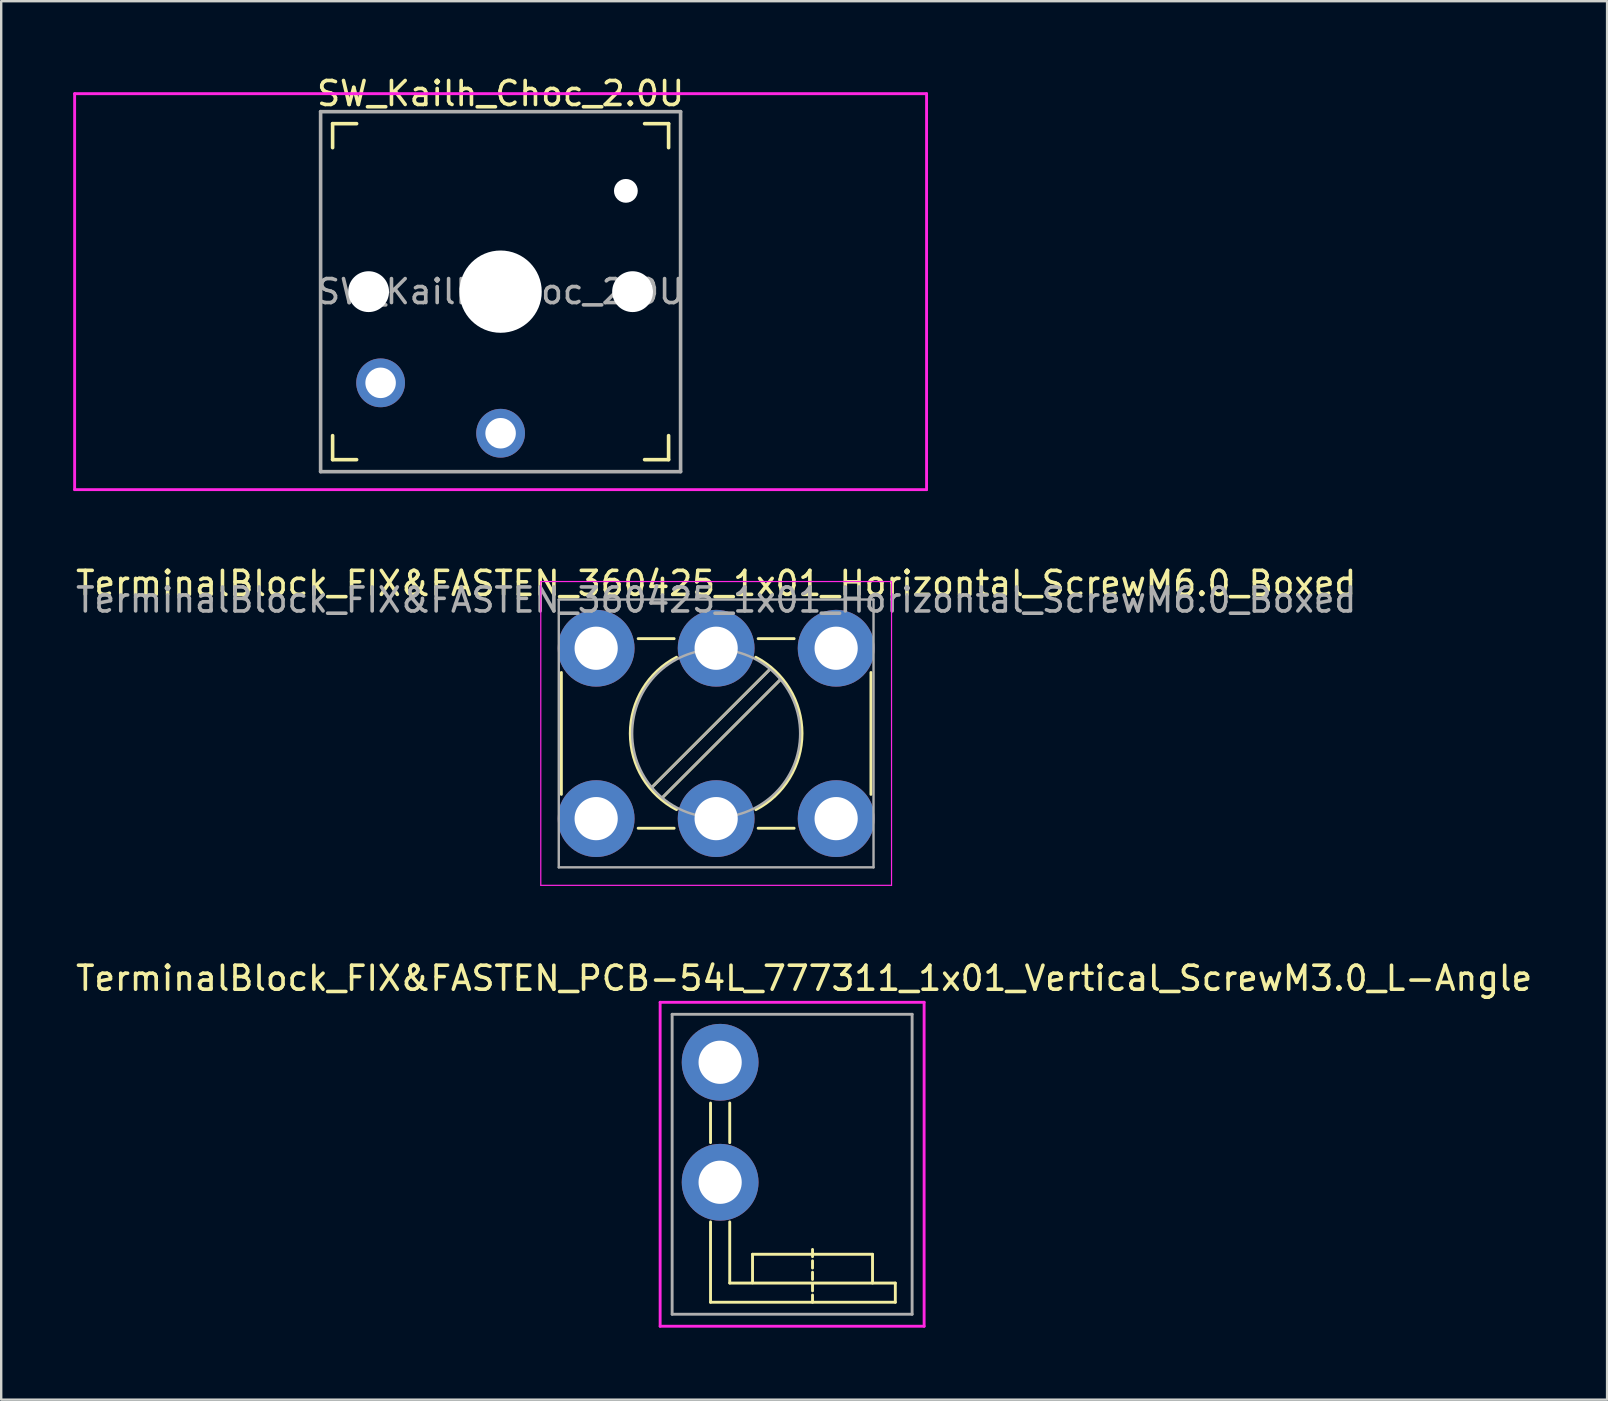
<source format=kicad_pcb>
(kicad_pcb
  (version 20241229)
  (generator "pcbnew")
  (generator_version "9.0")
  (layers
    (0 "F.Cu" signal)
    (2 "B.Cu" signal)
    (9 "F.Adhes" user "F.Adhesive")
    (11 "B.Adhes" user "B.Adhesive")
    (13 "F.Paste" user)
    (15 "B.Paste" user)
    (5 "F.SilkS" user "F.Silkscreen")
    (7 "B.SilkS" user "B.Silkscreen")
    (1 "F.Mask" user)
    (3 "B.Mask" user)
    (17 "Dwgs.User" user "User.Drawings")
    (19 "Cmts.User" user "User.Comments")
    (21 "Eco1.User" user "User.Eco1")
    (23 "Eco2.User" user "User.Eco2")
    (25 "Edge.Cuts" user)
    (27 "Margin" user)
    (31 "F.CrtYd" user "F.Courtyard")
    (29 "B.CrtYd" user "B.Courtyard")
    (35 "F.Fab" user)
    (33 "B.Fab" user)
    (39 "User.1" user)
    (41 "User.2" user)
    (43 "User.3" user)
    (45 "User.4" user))
  (footprint "SW_Kailh_Choc_2.0U"
    (layer "F.Cu")
    (at 17.81 9.103)
    (property "Reference" "SW_Kailh_Choc_2.0U" (at 0 -8.255 0) (layer "F.SilkS") (effects (font (size 1 1) (thickness 0.15))))
    (attr through_hole)
    (fp_line (start -7 -6) (end -7 -7) (stroke (width 0.15) (type solid)) (layer "F.SilkS"))
    (fp_line (start -7 7) (end -7 6) (stroke (width 0.15) (type solid)) (layer "F.SilkS"))
    (fp_line (start -7 7) (end -6 7) (stroke (width 0.15) (type solid)) (layer "F.SilkS"))
    (fp_line (start -6 -7) (end -7 -7) (stroke (width 0.15) (type solid)) (layer "F.SilkS"))
    (fp_line (start 6 7) (end 7 7) (stroke (width 0.15) (type solid)) (layer "F.SilkS"))
    (fp_line (start 7 -7) (end 6 -7) (stroke (width 0.15) (type solid)) (layer "F.SilkS"))
    (fp_line (start 7 -7) (end 7 -6) (stroke (width 0.15) (type solid)) (layer "F.SilkS"))
    (fp_line (start 7 6) (end 7 7) (stroke (width 0.15) (type solid)) (layer "F.SilkS"))
    (fp_line (start -6.9 6.9) (end -6.9 -6.9) (stroke (width 0.15) (type solid)) (layer "Eco2.User"))
    (fp_line (start -6.9 6.9) (end 6.9 6.9) (stroke (width 0.15) (type solid)) (layer "Eco2.User"))
    (fp_line (start -2.6 -3.1) (end -2.6 -6.3) (stroke (width 0.15) (type solid)) (layer "Eco2.User"))
    (fp_line (start -2.6 -3.1) (end 2.6 -3.1) (stroke (width 0.15) (type solid)) (layer "Eco2.User"))
    (fp_line (start 2.6 -6.3) (end -2.6 -6.3) (stroke (width 0.15) (type solid)) (layer "Eco2.User"))
    (fp_line (start 2.6 -3.1) (end 2.6 -6.3) (stroke (width 0.15) (type solid)) (layer "Eco2.User"))
    (fp_line (start 6.9 -6.9) (end -6.9 -6.9) (stroke (width 0.15) (type solid)) (layer "Eco2.User"))
    (fp_line (start 6.9 -6.9) (end 6.9 6.9) (stroke (width 0.15) (type solid)) (layer "Eco2.User"))
    (fp_line (start -17.75 -8.25) (end -17.75 8.25) (stroke (width 0.12) (type solid)) (layer "F.CrtYd"))
    (fp_line (start -17.75 -8.25) (end 17.75 -8.25) (stroke (width 0.12) (type solid)) (layer "F.CrtYd"))
    (fp_line (start 17.75 8.25) (end -17.75 8.25) (stroke (width 0.12) (type solid)) (layer "F.CrtYd"))
    (fp_line (start 17.75 8.25) (end 17.75 -8.25) (stroke (width 0.12) (type solid)) (layer "F.CrtYd"))
    (fp_line (start -7.5 -7.5) (end 7.5 -7.5) (stroke (width 0.15) (type solid)) (layer "F.Fab"))
    (fp_line (start -7.5 7.5) (end -7.5 -7.5) (stroke (width 0.15) (type solid)) (layer "F.Fab"))
    (fp_line (start 7.5 -7.5) (end 7.5 7.5) (stroke (width 0.15) (type solid)) (layer "F.Fab"))
    (fp_line (start 7.5 7.5) (end -7.5 7.5) (stroke (width 0.15) (type solid)) (layer "F.Fab"))
    (fp_text user "${REFERENCE}" (at 0 0 0) (layer "F.Fab") (effects (font (size 1 1) (thickness 0.15))))
    (pad "" np_thru_hole circle (at -5.5 0) (size 1.702 1.702) (drill 1.702) (layers "*.Cu" "*.Mask"))
    (pad "" np_thru_hole circle (at 0 0) (size 3.429 3.429) (drill 3.429) (layers "*.Cu" "*.Mask"))
    (pad "" np_thru_hole circle (at 5.22 -4.2) (size 0.991 0.991) (drill 0.991) (layers "*.Cu" "*.Mask"))
    (pad "" np_thru_hole circle (at 5.5 0) (size 1.702 1.702) (drill 1.702) (layers "*.Cu" "*.Mask"))
    (pad "1" thru_hole circle (at 0 5.9) (size 2.032 2.032) (drill 1.27) (layers "*.Cu" "*.Mask"))
    (pad "2" thru_hole circle (at -5 3.8) (size 2.032 2.032) (drill 1.27) (layers "*.Cu" "*.Mask")))
  (footprint "TerminalBlock_FIX&FASTEN_360425_1x01_Horizontal_ScrewM6.0_Boxed"
    (layer "F.Cu")
    (at 26.792 27.512)
    (property "Reference" "TerminalBlock_FIX&FASTEN_360425_1x01_Horizontal_ScrewM6.0_Boxed" (at 0 -6.25 0) (layer "F.SilkS") (effects (font (size 1 1) (thickness 0.15))))
    (attr through_hole)
    (fp_line (start -6.45 -2.54) (end -6.45 2.54) (stroke (width 0.12) (type solid)) (layer "F.SilkS"))
    (fp_line (start -3.25 -3.95) (end -1.75 -3.95) (stroke (width 0.12) (type solid)) (layer "F.SilkS"))
    (fp_line (start -1.75 3.95) (end -3.25 3.95) (stroke (width 0.12) (type solid)) (layer "F.SilkS"))
    (fp_line (start 1.75 -3.95) (end 3.25 -3.95) (stroke (width 0.12) (type solid)) (layer "F.SilkS"))
    (fp_line (start 2.266 -2.7) (end -2.701 2.266) (stroke (width 0.12) (type solid)) (layer "F.SilkS"))
    (fp_line (start 2.7 -2.266) (end -2.266 2.7) (stroke (width 0.12) (type solid)) (layer "F.SilkS"))
    (fp_line (start 3.25 3.95) (end 1.75 3.95) (stroke (width 0.12) (type solid)) (layer "F.SilkS"))
    (fp_line (start 6.45 2.54) (end 6.45 -2.54) (stroke (width 0.12) (type solid)) (layer "F.SilkS"))
    (fp_arc (start -1.651 3.175) (mid -3.578607 0) (end -1.651 -3.175) (stroke (width 0.12) (type solid)) (layer "F.SilkS"))
    (fp_arc (start 1.651 -3.175) (mid 3.578607 0) (end 1.651 3.175) (stroke (width 0.12) (type solid)) (layer "F.SilkS"))
    (fp_line (start -7.308 -6.33) (end -7.308 6.33) (stroke (width 0.05) (type solid)) (layer "F.CrtYd"))
    (fp_line (start -7.308 6.33) (end 7.308 6.33) (stroke (width 0.05) (type solid)) (layer "F.CrtYd"))
    (fp_line (start 7.308 -6.33) (end -7.308 -6.33) (stroke (width 0.05) (type solid)) (layer "F.CrtYd"))
    (fp_line (start 7.308 6.33) (end 7.308 -6.33) (stroke (width 0.05) (type solid)) (layer "F.CrtYd"))
    (fp_line (start -6.558 -5.58) (end -6.558 5.58) (stroke (width 0.1) (type solid)) (layer "F.Fab"))
    (fp_line (start -6.558 -5.58) (end 6.558 -5.58) (stroke (width 0.1) (type solid)) (layer "F.Fab"))
    (fp_line (start 2.228 -2.655) (end -2.655 2.227) (stroke (width 0.1) (type solid)) (layer "F.Fab"))
    (fp_line (start 2.655 -2.228) (end -2.228 2.654) (stroke (width 0.1) (type solid)) (layer "F.Fab"))
    (fp_line (start 6.558 5.58) (end -6.558 5.58) (stroke (width 0.1) (type solid)) (layer "F.Fab"))
    (fp_line (start 6.558 5.58) (end 6.558 -5.58) (stroke (width 0.1) (type solid)) (layer "F.Fab"))
    (fp_circle (center 0 0) (end 3.5 0) (stroke (width 0.1) (type solid)) (fill no) (layer "F.Fab"))
    (fp_text user "${REFERENCE}" (at 0 -5.56 0) (layer "F.Fab") (effects (font (size 1 1) (thickness 0.15))))
    (pad "1" thru_hole circle (at -5 -3.55) (size 3.2 3.2) (drill 1.8) (layers "*.Cu" "*.Mask"))
    (pad "1" thru_hole circle (at -5 3.55 180) (size 3.2 3.2) (drill 1.8) (layers "*.Cu" "*.Mask"))
    (pad "1" thru_hole circle (at 0 -3.55) (size 3.2 3.2) (drill 1.8) (layers "*.Cu" "*.Mask"))
    (pad "1" thru_hole circle (at 0 3.55 180) (size 3.2 3.2) (drill 1.8) (layers "*.Cu" "*.Mask"))
    (pad "1" thru_hole circle (at 5 -3.55) (size 3.2 3.2) (drill 1.8) (layers "*.Cu" "*.Mask"))
    (pad "1" thru_hole circle (at 5 3.55 180) (size 3.2 3.2) (drill 1.8) (layers "*.Cu" "*.Mask")))
  (footprint "TerminalBlock_FIX&FASTEN_PCB-54L_777311_1x01_Vertical_ScrewM3.0_L-Angle"
    (layer "F.Cu")
    (at 26.958 46.215)
    (property "Reference" "TerminalBlock_FIX&FASTEN_PCB-54L_777311_1x01_Vertical_ScrewM3.0_L-Angle" (at 3.5 -8.5 0) (layer "F.SilkS") (effects (font (size 1 1) (thickness 0.15))))
    (attr through_hole)
    (fp_line (start -0.4 -3.302) (end -0.4 -1.651) (stroke (width 0.12) (type solid)) (layer "F.SilkS"))
    (fp_line (start -0.4 5) (end -0.4 1.651) (stroke (width 0.12) (type solid)) (layer "F.SilkS"))
    (fp_line (start -0.4 5) (end 7.3 5) (stroke (width 0.12) (type solid)) (layer "F.SilkS"))
    (fp_line (start 0.4 -1.651) (end 0.4 -3.302) (stroke (width 0.12) (type solid)) (layer "F.SilkS"))
    (fp_line (start 0.4 4.2) (end 0.4 1.651) (stroke (width 0.12) (type solid)) (layer "F.SilkS"))
    (fp_line (start 1.35 4.191) (end 1.35 3) (stroke (width 0.12) (type solid)) (layer "F.SilkS"))
    (fp_line (start 3.85 3.1) (end 3.85 2.799) (stroke (width 0.12) (type solid)) (layer "F.SilkS"))
    (fp_line (start 3.85 3.575) (end 3.85 3.274) (stroke (width 0.12) (type solid)) (layer "F.SilkS"))
    (fp_line (start 3.85 4.05) (end 3.85 3.749) (stroke (width 0.12) (type solid)) (layer "F.SilkS"))
    (fp_line (start 3.85 4.525) (end 3.85 4.224) (stroke (width 0.12) (type solid)) (layer "F.SilkS"))
    (fp_line (start 3.85 5) (end 3.85 4.699) (stroke (width 0.12) (type solid)) (layer "F.SilkS"))
    (fp_line (start 6.35 3) (end 1.35 3) (stroke (width 0.12) (type solid)) (layer "F.SilkS"))
    (fp_line (start 6.35 4.2) (end 6.35 3) (stroke (width 0.12) (type solid)) (layer "F.SilkS"))
    (fp_line (start 7.3 4.2) (end 0.4 4.2) (stroke (width 0.12) (type solid)) (layer "F.SilkS"))
    (fp_line (start 7.3 5) (end 7.3 4.2) (stroke (width 0.12) (type solid)) (layer "F.SilkS"))
    (fp_line (start -2.5 -7.5) (end 8.5 -7.5) (stroke (width 0.12) (type solid)) (layer "F.CrtYd"))
    (fp_line (start -2.5 6) (end -2.5 -7.5) (stroke (width 0.12) (type solid)) (layer "F.CrtYd"))
    (fp_line (start 8.5 -7.5) (end 8.5 6) (stroke (width 0.12) (type solid)) (layer "F.CrtYd"))
    (fp_line (start 8.5 6) (end -2.5 6) (stroke (width 0.12) (type solid)) (layer "F.CrtYd"))
    (fp_line (start -2 -7) (end 8 -7) (stroke (width 0.12) (type solid)) (layer "F.Fab"))
    (fp_line (start -2 5.5) (end -2 -7) (stroke (width 0.12) (type solid)) (layer "F.Fab"))
    (fp_line (start 8 -7) (end 8 5.5) (stroke (width 0.12) (type solid)) (layer "F.Fab"))
    (fp_line (start 8 5.5) (end -2 5.5) (stroke (width 0.12) (type solid)) (layer "F.Fab"))
    (pad "1" thru_hole circle (at 0 -5) (size 3.2 3.2) (drill 1.8) (layers "*.Cu" "*.Mask"))
    (pad "1" thru_hole circle (at 0 0) (size 3.2 3.2) (drill 1.8) (layers "*.Cu" "*.Mask")))
  (gr_rect
    (start -3 -3)
    (end 63.917 55.275)
    (stroke (width 0.1) (type default))
    (fill no)
    (layer "Edge.Cuts")))
</source>
